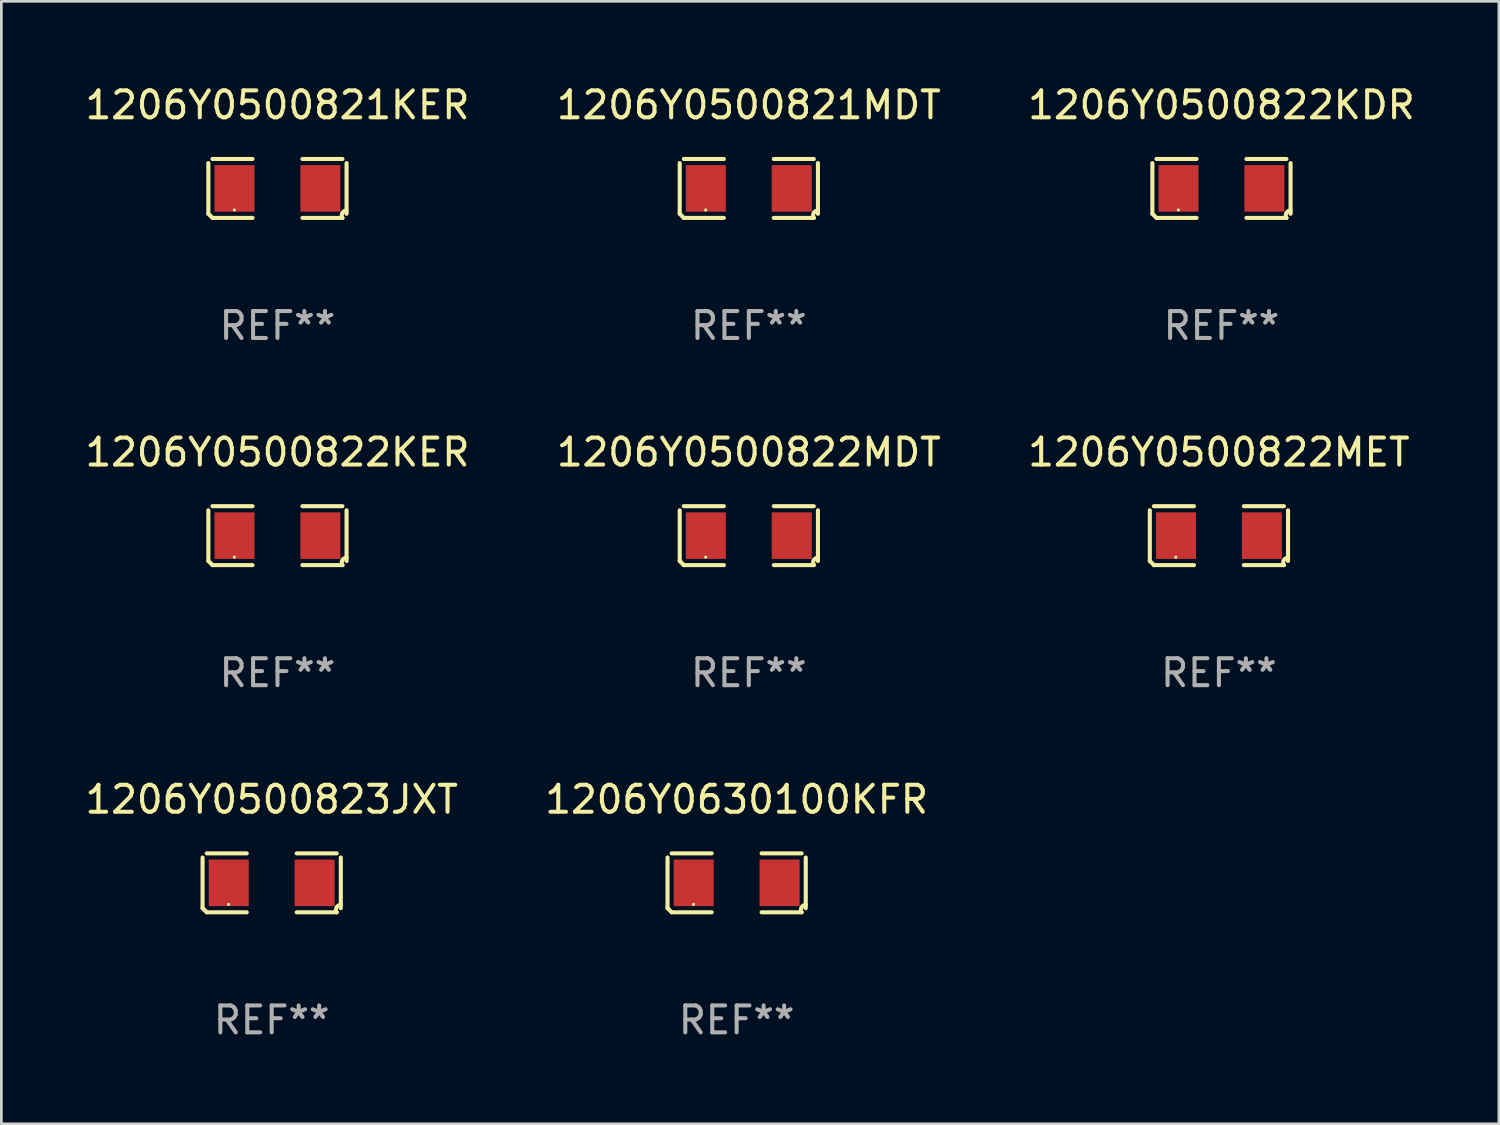
<source format=kicad_pcb>
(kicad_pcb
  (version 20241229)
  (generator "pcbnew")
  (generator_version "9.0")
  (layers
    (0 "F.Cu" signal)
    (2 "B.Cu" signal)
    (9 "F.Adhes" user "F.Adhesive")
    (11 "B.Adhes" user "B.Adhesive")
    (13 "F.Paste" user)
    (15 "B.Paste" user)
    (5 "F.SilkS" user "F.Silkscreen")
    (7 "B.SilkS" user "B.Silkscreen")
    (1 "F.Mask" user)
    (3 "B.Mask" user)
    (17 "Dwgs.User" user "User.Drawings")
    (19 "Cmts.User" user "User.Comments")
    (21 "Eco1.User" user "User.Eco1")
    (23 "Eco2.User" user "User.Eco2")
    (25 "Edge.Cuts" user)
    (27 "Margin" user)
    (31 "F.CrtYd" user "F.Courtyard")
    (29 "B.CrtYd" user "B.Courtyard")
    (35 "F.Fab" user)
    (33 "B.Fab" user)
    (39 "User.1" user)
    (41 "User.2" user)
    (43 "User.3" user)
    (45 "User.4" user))
  (footprint "1206Y0500822MDT"
    (layer "F.Cu")
    (at 24.732 16.823)
    (property "Reference" "1206Y0500822MDT" (at 0 -3.093 0) (layer "F.SilkS") (effects (font (size 1 1) (thickness 0.15))))
    (attr through_hole)
    (fp_line (start -2.564 0.94) (end -2.564 -0.94) (stroke (width 0.152) (type solid)) (layer "F.SilkS"))
    (fp_line (start -2.411 -1.093) (end -0.926 -1.093) (stroke (width 0.152) (type solid)) (layer "F.SilkS"))
    (fp_line (start -0.926 1.093) (end -2.411 1.093) (stroke (width 0.152) (type solid)) (layer "F.SilkS"))
    (fp_line (start 0.926 1.093) (end 2.411 1.093) (stroke (width 0.152) (type solid)) (layer "F.SilkS"))
    (fp_line (start 2.411 -1.093) (end 0.926 -1.093) (stroke (width 0.152) (type solid)) (layer "F.SilkS"))
    (fp_line (start 2.564 0.94) (end 2.564 -0.94) (stroke (width 0.152) (type solid)) (layer "F.SilkS"))
    (fp_arc (start -2.411201 1.092609) (mid -2.487413 1.01642) (end -2.563602 0.940208) (stroke (width 0.1524) (type solid)) (layer "F.SilkS"))
    (fp_arc (start 2.411201 1.092609) (mid 2.407159 0.911226) (end 2.563602 0.819347) (stroke (width 0.1524) (type solid)) (layer "F.SilkS"))
    (fp_circle (center -1.6 0.8) (end -1.57 0.8) (stroke (width 0.06) (type solid)) (fill no) (layer "F.SilkS"))
    (fp_text user "REF**" (at 0 5.093 0) (layer "F.Fab") (effects (font (size 1 1) (thickness 0.15))))
    (pad "1" smd rect (at -1.593 0) (size 1.485 1.728) (layers "F.Cu" "F.Mask" "F.Paste"))
    (pad "2" smd rect (at 1.593 0) (size 1.485 1.728) (layers "F.Cu" "F.Mask" "F.Paste")))
  (footprint "1206Y0630100KFR"
    (layer "F.Cu")
    (at 24.28 29.704)
    (property "Reference" "1206Y0630100KFR" (at 0 -3.093 0) (layer "F.SilkS") (effects (font (size 1 1) (thickness 0.15))))
    (attr through_hole)
    (fp_line (start -2.564 0.94) (end -2.564 -0.94) (stroke (width 0.152) (type solid)) (layer "F.SilkS"))
    (fp_line (start -2.411 -1.093) (end -0.926 -1.093) (stroke (width 0.152) (type solid)) (layer "F.SilkS"))
    (fp_line (start -0.926 1.093) (end -2.411 1.093) (stroke (width 0.152) (type solid)) (layer "F.SilkS"))
    (fp_line (start 0.926 1.093) (end 2.411 1.093) (stroke (width 0.152) (type solid)) (layer "F.SilkS"))
    (fp_line (start 2.411 -1.093) (end 0.926 -1.093) (stroke (width 0.152) (type solid)) (layer "F.SilkS"))
    (fp_line (start 2.564 0.94) (end 2.564 -0.94) (stroke (width 0.152) (type solid)) (layer "F.SilkS"))
    (fp_arc (start -2.411201 1.092609) (mid -2.487413 1.01642) (end -2.563602 0.940208) (stroke (width 0.1524) (type solid)) (layer "F.SilkS"))
    (fp_arc (start 2.411201 1.092609) (mid 2.407159 0.911226) (end 2.563602 0.819347) (stroke (width 0.1524) (type solid)) (layer "F.SilkS"))
    (fp_circle (center -1.6 0.8) (end -1.57 0.8) (stroke (width 0.06) (type solid)) (fill no) (layer "F.SilkS"))
    (fp_text user "REF**" (at 0 5.093 0) (layer "F.Fab") (effects (font (size 1 1) (thickness 0.15))))
    (pad "1" smd rect (at -1.593 0) (size 1.485 1.728) (layers "F.Cu" "F.Mask" "F.Paste"))
    (pad "2" smd rect (at 1.593 0) (size 1.485 1.728) (layers "F.Cu" "F.Mask" "F.Paste")))
  (footprint "1206Y0500821KER"
    (layer "F.Cu")
    (at 7.244 3.941)
    (property "Reference" "1206Y0500821KER" (at 0 -3.093 0) (layer "F.SilkS") (effects (font (size 1 1) (thickness 0.15))))
    (attr through_hole)
    (fp_line (start -2.564 0.94) (end -2.564 -0.94) (stroke (width 0.152) (type solid)) (layer "F.SilkS"))
    (fp_line (start -2.411 -1.093) (end -0.926 -1.093) (stroke (width 0.152) (type solid)) (layer "F.SilkS"))
    (fp_line (start -0.926 1.093) (end -2.411 1.093) (stroke (width 0.152) (type solid)) (layer "F.SilkS"))
    (fp_line (start 0.926 1.093) (end 2.411 1.093) (stroke (width 0.152) (type solid)) (layer "F.SilkS"))
    (fp_line (start 2.411 -1.093) (end 0.926 -1.093) (stroke (width 0.152) (type solid)) (layer "F.SilkS"))
    (fp_line (start 2.564 0.94) (end 2.564 -0.94) (stroke (width 0.152) (type solid)) (layer "F.SilkS"))
    (fp_arc (start -2.411201 1.092609) (mid -2.487413 1.01642) (end -2.563602 0.940208) (stroke (width 0.1524) (type solid)) (layer "F.SilkS"))
    (fp_arc (start 2.411201 1.092609) (mid 2.407159 0.911226) (end 2.563602 0.819347) (stroke (width 0.1524) (type solid)) (layer "F.SilkS"))
    (fp_circle (center -1.6 0.8) (end -1.57 0.8) (stroke (width 0.06) (type solid)) (fill no) (layer "F.SilkS"))
    (fp_text user "REF**" (at 0 5.093 0) (layer "F.Fab") (effects (font (size 1 1) (thickness 0.15))))
    (pad "1" smd rect (at -1.593 0) (size 1.485 1.728) (layers "F.Cu" "F.Mask" "F.Paste"))
    (pad "2" smd rect (at 1.593 0) (size 1.485 1.728) (layers "F.Cu" "F.Mask" "F.Paste")))
  (footprint "1206Y0500822KDR"
    (layer "F.Cu")
    (at 42.268 3.941)
    (property "Reference" "1206Y0500822KDR" (at 0 -3.093 0) (layer "F.SilkS") (effects (font (size 1 1) (thickness 0.15))))
    (attr through_hole)
    (fp_line (start -2.564 0.94) (end -2.564 -0.94) (stroke (width 0.152) (type solid)) (layer "F.SilkS"))
    (fp_line (start -2.411 -1.093) (end -0.926 -1.093) (stroke (width 0.152) (type solid)) (layer "F.SilkS"))
    (fp_line (start -0.926 1.093) (end -2.411 1.093) (stroke (width 0.152) (type solid)) (layer "F.SilkS"))
    (fp_line (start 0.926 1.093) (end 2.411 1.093) (stroke (width 0.152) (type solid)) (layer "F.SilkS"))
    (fp_line (start 2.411 -1.093) (end 0.926 -1.093) (stroke (width 0.152) (type solid)) (layer "F.SilkS"))
    (fp_line (start 2.564 0.94) (end 2.564 -0.94) (stroke (width 0.152) (type solid)) (layer "F.SilkS"))
    (fp_arc (start -2.411201 1.092609) (mid -2.487413 1.01642) (end -2.563602 0.940208) (stroke (width 0.1524) (type solid)) (layer "F.SilkS"))
    (fp_arc (start 2.411201 1.092609) (mid 2.407159 0.911226) (end 2.563602 0.819347) (stroke (width 0.1524) (type solid)) (layer "F.SilkS"))
    (fp_circle (center -1.6 0.8) (end -1.57 0.8) (stroke (width 0.06) (type solid)) (fill no) (layer "F.SilkS"))
    (fp_text user "REF**" (at 0 5.093 0) (layer "F.Fab") (effects (font (size 1 1) (thickness 0.15))))
    (pad "1" smd rect (at -1.593 0) (size 1.485 1.728) (layers "F.Cu" "F.Mask" "F.Paste"))
    (pad "2" smd rect (at 1.593 0) (size 1.485 1.728) (layers "F.Cu" "F.Mask" "F.Paste")))
  (footprint "1206Y0500822MET"
    (layer "F.Cu")
    (at 42.173 16.823)
    (property "Reference" "1206Y0500822MET" (at 0 -3.093 0) (layer "F.SilkS") (effects (font (size 1 1) (thickness 0.15))))
    (attr through_hole)
    (fp_line (start -2.564 0.94) (end -2.564 -0.94) (stroke (width 0.152) (type solid)) (layer "F.SilkS"))
    (fp_line (start -2.411 -1.093) (end -0.926 -1.093) (stroke (width 0.152) (type solid)) (layer "F.SilkS"))
    (fp_line (start -0.926 1.093) (end -2.411 1.093) (stroke (width 0.152) (type solid)) (layer "F.SilkS"))
    (fp_line (start 0.926 1.093) (end 2.411 1.093) (stroke (width 0.152) (type solid)) (layer "F.SilkS"))
    (fp_line (start 2.411 -1.093) (end 0.926 -1.093) (stroke (width 0.152) (type solid)) (layer "F.SilkS"))
    (fp_line (start 2.564 0.94) (end 2.564 -0.94) (stroke (width 0.152) (type solid)) (layer "F.SilkS"))
    (fp_arc (start -2.411201 1.092609) (mid -2.487413 1.01642) (end -2.563602 0.940208) (stroke (width 0.1524) (type solid)) (layer "F.SilkS"))
    (fp_arc (start 2.411201 1.092609) (mid 2.407159 0.911226) (end 2.563602 0.819347) (stroke (width 0.1524) (type solid)) (layer "F.SilkS"))
    (fp_circle (center -1.6 0.8) (end -1.57 0.8) (stroke (width 0.06) (type solid)) (fill no) (layer "F.SilkS"))
    (fp_text user "REF**" (at 0 5.093 0) (layer "F.Fab") (effects (font (size 1 1) (thickness 0.15))))
    (pad "1" smd rect (at -1.593 0) (size 1.485 1.728) (layers "F.Cu" "F.Mask" "F.Paste"))
    (pad "2" smd rect (at 1.593 0) (size 1.485 1.728) (layers "F.Cu" "F.Mask" "F.Paste")))
  (footprint "1206Y0500821MDT"
    (layer "F.Cu")
    (at 24.732 3.941)
    (property "Reference" "1206Y0500821MDT" (at 0 -3.093 0) (layer "F.SilkS") (effects (font (size 1 1) (thickness 0.15))))
    (attr through_hole)
    (fp_line (start -2.564 0.94) (end -2.564 -0.94) (stroke (width 0.152) (type solid)) (layer "F.SilkS"))
    (fp_line (start -2.411 -1.093) (end -0.926 -1.093) (stroke (width 0.152) (type solid)) (layer "F.SilkS"))
    (fp_line (start -0.926 1.093) (end -2.411 1.093) (stroke (width 0.152) (type solid)) (layer "F.SilkS"))
    (fp_line (start 0.926 1.093) (end 2.411 1.093) (stroke (width 0.152) (type solid)) (layer "F.SilkS"))
    (fp_line (start 2.411 -1.093) (end 0.926 -1.093) (stroke (width 0.152) (type solid)) (layer "F.SilkS"))
    (fp_line (start 2.564 0.94) (end 2.564 -0.94) (stroke (width 0.152) (type solid)) (layer "F.SilkS"))
    (fp_arc (start -2.411201 1.092609) (mid -2.487413 1.01642) (end -2.563602 0.940208) (stroke (width 0.1524) (type solid)) (layer "F.SilkS"))
    (fp_arc (start 2.411201 1.092609) (mid 2.407159 0.911226) (end 2.563602 0.819347) (stroke (width 0.1524) (type solid)) (layer "F.SilkS"))
    (fp_circle (center -1.6 0.8) (end -1.57 0.8) (stroke (width 0.06) (type solid)) (fill no) (layer "F.SilkS"))
    (fp_text user "REF**" (at 0 5.093 0) (layer "F.Fab") (effects (font (size 1 1) (thickness 0.15))))
    (pad "1" smd rect (at -1.593 0) (size 1.485 1.728) (layers "F.Cu" "F.Mask" "F.Paste"))
    (pad "2" smd rect (at 1.593 0) (size 1.485 1.728) (layers "F.Cu" "F.Mask" "F.Paste")))
  (footprint "1206Y0500822KER"
    (layer "F.Cu")
    (at 7.244 16.823)
    (property "Reference" "1206Y0500822KER" (at 0 -3.093 0) (layer "F.SilkS") (effects (font (size 1 1) (thickness 0.15))))
    (attr through_hole)
    (fp_line (start -2.564 0.94) (end -2.564 -0.94) (stroke (width 0.152) (type solid)) (layer "F.SilkS"))
    (fp_line (start -2.411 -1.093) (end -0.926 -1.093) (stroke (width 0.152) (type solid)) (layer "F.SilkS"))
    (fp_line (start -0.926 1.093) (end -2.411 1.093) (stroke (width 0.152) (type solid)) (layer "F.SilkS"))
    (fp_line (start 0.926 1.093) (end 2.411 1.093) (stroke (width 0.152) (type solid)) (layer "F.SilkS"))
    (fp_line (start 2.411 -1.093) (end 0.926 -1.093) (stroke (width 0.152) (type solid)) (layer "F.SilkS"))
    (fp_line (start 2.564 0.94) (end 2.564 -0.94) (stroke (width 0.152) (type solid)) (layer "F.SilkS"))
    (fp_arc (start -2.411201 1.092609) (mid -2.487413 1.01642) (end -2.563602 0.940208) (stroke (width 0.1524) (type solid)) (layer "F.SilkS"))
    (fp_arc (start 2.411201 1.092609) (mid 2.407159 0.911226) (end 2.563602 0.819347) (stroke (width 0.1524) (type solid)) (layer "F.SilkS"))
    (fp_circle (center -1.6 0.8) (end -1.57 0.8) (stroke (width 0.06) (type solid)) (fill no) (layer "F.SilkS"))
    (fp_text user "REF**" (at 0 5.093 0) (layer "F.Fab") (effects (font (size 1 1) (thickness 0.15))))
    (pad "1" smd rect (at -1.593 0) (size 1.485 1.728) (layers "F.Cu" "F.Mask" "F.Paste"))
    (pad "2" smd rect (at 1.593 0) (size 1.485 1.728) (layers "F.Cu" "F.Mask" "F.Paste")))
  (footprint "1206Y0500823JXT"
    (layer "F.Cu")
    (at 7.03 29.704)
    (property "Reference" "1206Y0500823JXT" (at 0 -3.093 0) (layer "F.SilkS") (effects (font (size 1 1) (thickness 0.15))))
    (attr through_hole)
    (fp_line (start -2.564 0.94) (end -2.564 -0.94) (stroke (width 0.152) (type solid)) (layer "F.SilkS"))
    (fp_line (start -2.411 -1.093) (end -0.926 -1.093) (stroke (width 0.152) (type solid)) (layer "F.SilkS"))
    (fp_line (start -0.926 1.093) (end -2.411 1.093) (stroke (width 0.152) (type solid)) (layer "F.SilkS"))
    (fp_line (start 0.926 1.093) (end 2.411 1.093) (stroke (width 0.152) (type solid)) (layer "F.SilkS"))
    (fp_line (start 2.411 -1.093) (end 0.926 -1.093) (stroke (width 0.152) (type solid)) (layer "F.SilkS"))
    (fp_line (start 2.564 0.94) (end 2.564 -0.94) (stroke (width 0.152) (type solid)) (layer "F.SilkS"))
    (fp_arc (start -2.411201 1.092609) (mid -2.487413 1.01642) (end -2.563602 0.940208) (stroke (width 0.1524) (type solid)) (layer "F.SilkS"))
    (fp_arc (start 2.411201 1.092609) (mid 2.407159 0.911226) (end 2.563602 0.819347) (stroke (width 0.1524) (type solid)) (layer "F.SilkS"))
    (fp_circle (center -1.6 0.8) (end -1.57 0.8) (stroke (width 0.06) (type solid)) (fill no) (layer "F.SilkS"))
    (fp_text user "REF**" (at 0 5.093 0) (layer "F.Fab") (effects (font (size 1 1) (thickness 0.15))))
    (pad "1" smd rect (at -1.593 0) (size 1.485 1.728) (layers "F.Cu" "F.Mask" "F.Paste"))
    (pad "2" smd rect (at 1.593 0) (size 1.485 1.728) (layers "F.Cu" "F.Mask" "F.Paste")))
  (gr_rect
    (start -3 -3)
    (end 52.56 38.645)
    (stroke (width 0.1) (type default))
    (fill no)
    (layer "Edge.Cuts")))
</source>
